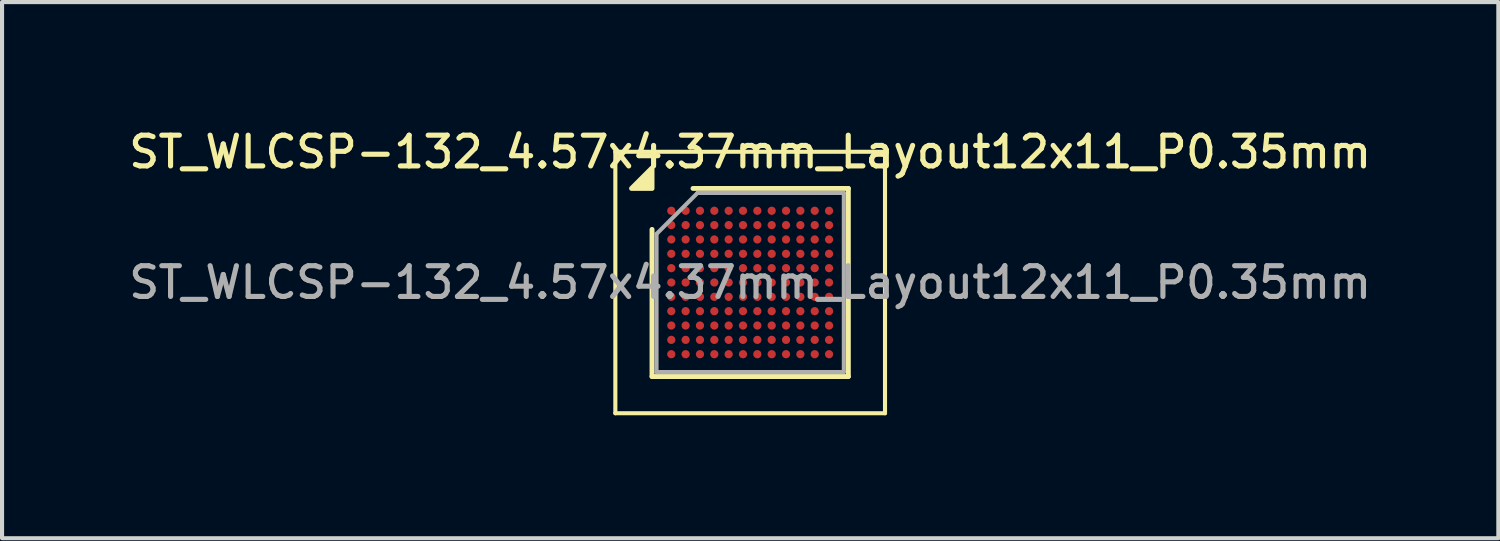
<source format=kicad_pcb>
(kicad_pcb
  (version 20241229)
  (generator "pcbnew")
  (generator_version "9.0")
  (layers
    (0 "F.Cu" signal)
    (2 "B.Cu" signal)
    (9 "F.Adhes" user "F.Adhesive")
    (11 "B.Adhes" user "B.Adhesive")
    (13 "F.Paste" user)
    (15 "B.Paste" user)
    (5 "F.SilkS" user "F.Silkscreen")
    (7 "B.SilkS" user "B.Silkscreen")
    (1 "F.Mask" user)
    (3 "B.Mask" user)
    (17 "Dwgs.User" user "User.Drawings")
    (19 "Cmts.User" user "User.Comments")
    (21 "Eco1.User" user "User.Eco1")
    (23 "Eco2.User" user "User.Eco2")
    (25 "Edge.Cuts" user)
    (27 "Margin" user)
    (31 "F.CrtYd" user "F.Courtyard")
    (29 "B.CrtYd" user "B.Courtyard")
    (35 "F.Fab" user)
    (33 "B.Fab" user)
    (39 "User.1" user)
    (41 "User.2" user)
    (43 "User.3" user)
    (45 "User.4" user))
  (footprint "ST_WLCSP-132_4.57x4.37mm_Layout12x11_P0.35mm"
    (layer "F.Cu")
    (at 15.255 3.843)
    (property "Reference" "ST_WLCSP-132_4.57x4.37mm_Layout12x11_P0.35mm" (at 0 -3.185 0) (layer "F.SilkS") (effects (font (size 0.75 0.75) (thickness 0.125))))
    (attr smd)
    (fp_line (start -3.29 -3.19) (end -3.29 3.19) (stroke (width 0.1) (type solid)) (layer "F.SilkS"))
    (fp_line (start -3.29 3.19) (end 3.29 3.19) (stroke (width 0.1) (type solid)) (layer "F.SilkS"))
    (fp_line (start -2.395 2.295) (end -2.395 -1.295) (stroke (width 0.12) (type solid)) (layer "F.SilkS"))
    (fp_line (start -1.395 -2.295) (end 2.395 -2.295) (stroke (width 0.12) (type solid)) (layer "F.SilkS"))
    (fp_line (start 2.395 -2.295) (end 2.395 2.295) (stroke (width 0.12) (type solid)) (layer "F.SilkS"))
    (fp_line (start 2.395 2.295) (end -2.395 2.295) (stroke (width 0.12) (type solid)) (layer "F.SilkS"))
    (fp_line (start 3.29 -3.19) (end -3.29 -3.19) (stroke (width 0.1) (type solid)) (layer "F.SilkS"))
    (fp_line (start 3.29 3.19) (end 3.29 -3.19) (stroke (width 0.1) (type solid)) (layer "F.SilkS"))
    (fp_poly (pts (xy -2.395 -2.295) (xy -2.895 -2.295) (xy -2.395 -2.795) (xy -2.395 -2.295)) (stroke (width 0.12) (type solid)) (fill yes) (layer "F.SilkS"))
    (fp_line (start -2.285 -1.185) (end -1.285 -2.185) (stroke (width 0.1) (type solid)) (layer "F.Fab"))
    (fp_line (start -2.285 2.185) (end -2.285 -1.185) (stroke (width 0.1) (type solid)) (layer "F.Fab"))
    (fp_line (start -1.285 -2.185) (end 2.285 -2.185) (stroke (width 0.1) (type solid)) (layer "F.Fab"))
    (fp_line (start 2.285 -2.185) (end 2.285 2.185) (stroke (width 0.1) (type solid)) (layer "F.Fab"))
    (fp_line (start 2.285 2.185) (end -2.285 2.185) (stroke (width 0.1) (type solid)) (layer "F.Fab"))
    (fp_text user "${REFERENCE}" (at 0 0 0) (layer "F.Fab") (effects (font (size 0.75 0.75) (thickness 0.125))))
    (pad "A1" smd circle (at -1.925 -1.75) (size 0.2 0.2) (property pad_prop_bga) (layers "F.Cu" "F.Mask" "F.Paste"))
    (pad "A2" smd circle (at -1.575 -1.75) (size 0.2 0.2) (property pad_prop_bga) (layers "F.Cu" "F.Mask" "F.Paste"))
    (pad "A3" smd circle (at -1.225 -1.75) (size 0.2 0.2) (property pad_prop_bga) (layers "F.Cu" "F.Mask" "F.Paste"))
    (pad "A4" smd circle (at -0.875 -1.75) (size 0.2 0.2) (property pad_prop_bga) (layers "F.Cu" "F.Mask" "F.Paste"))
    (pad "A5" smd circle (at -0.525 -1.75) (size 0.2 0.2) (property pad_prop_bga) (layers "F.Cu" "F.Mask" "F.Paste"))
    (pad "A6" smd circle (at -0.175 -1.75) (size 0.2 0.2) (property pad_prop_bga) (layers "F.Cu" "F.Mask" "F.Paste"))
    (pad "A7" smd circle (at 0.175 -1.75) (size 0.2 0.2) (property pad_prop_bga) (layers "F.Cu" "F.Mask" "F.Paste"))
    (pad "A8" smd circle (at 0.525 -1.75) (size 0.2 0.2) (property pad_prop_bga) (layers "F.Cu" "F.Mask" "F.Paste"))
    (pad "A9" smd circle (at 0.875 -1.75) (size 0.2 0.2) (property pad_prop_bga) (layers "F.Cu" "F.Mask" "F.Paste"))
    (pad "A10" smd circle (at 1.225 -1.75) (size 0.2 0.2) (property pad_prop_bga) (layers "F.Cu" "F.Mask" "F.Paste"))
    (pad "A11" smd circle (at 1.575 -1.75) (size 0.2 0.2) (property pad_prop_bga) (layers "F.Cu" "F.Mask" "F.Paste"))
    (pad "A12" smd circle (at 1.925 -1.75) (size 0.2 0.2) (property pad_prop_bga) (layers "F.Cu" "F.Mask" "F.Paste"))
    (pad "B1" smd circle (at -1.925 -1.4) (size 0.2 0.2) (property pad_prop_bga) (layers "F.Cu" "F.Mask" "F.Paste"))
    (pad "B2" smd circle (at -1.575 -1.4) (size 0.2 0.2) (property pad_prop_bga) (layers "F.Cu" "F.Mask" "F.Paste"))
    (pad "B3" smd circle (at -1.225 -1.4) (size 0.2 0.2) (property pad_prop_bga) (layers "F.Cu" "F.Mask" "F.Paste"))
    (pad "B4" smd circle (at -0.875 -1.4) (size 0.2 0.2) (property pad_prop_bga) (layers "F.Cu" "F.Mask" "F.Paste"))
    (pad "B5" smd circle (at -0.525 -1.4) (size 0.2 0.2) (property pad_prop_bga) (layers "F.Cu" "F.Mask" "F.Paste"))
    (pad "B6" smd circle (at -0.175 -1.4) (size 0.2 0.2) (property pad_prop_bga) (layers "F.Cu" "F.Mask" "F.Paste"))
    (pad "B7" smd circle (at 0.175 -1.4) (size 0.2 0.2) (property pad_prop_bga) (layers "F.Cu" "F.Mask" "F.Paste"))
    (pad "B8" smd circle (at 0.525 -1.4) (size 0.2 0.2) (property pad_prop_bga) (layers "F.Cu" "F.Mask" "F.Paste"))
    (pad "B9" smd circle (at 0.875 -1.4) (size 0.2 0.2) (property pad_prop_bga) (layers "F.Cu" "F.Mask" "F.Paste"))
    (pad "B10" smd circle (at 1.225 -1.4) (size 0.2 0.2) (property pad_prop_bga) (layers "F.Cu" "F.Mask" "F.Paste"))
    (pad "B11" smd circle (at 1.575 -1.4) (size 0.2 0.2) (property pad_prop_bga) (layers "F.Cu" "F.Mask" "F.Paste"))
    (pad "B12" smd circle (at 1.925 -1.4) (size 0.2 0.2) (property pad_prop_bga) (layers "F.Cu" "F.Mask" "F.Paste"))
    (pad "C1" smd circle (at -1.925 -1.05) (size 0.2 0.2) (property pad_prop_bga) (layers "F.Cu" "F.Mask" "F.Paste"))
    (pad "C2" smd circle (at -1.575 -1.05) (size 0.2 0.2) (property pad_prop_bga) (layers "F.Cu" "F.Mask" "F.Paste"))
    (pad "C3" smd circle (at -1.225 -1.05) (size 0.2 0.2) (property pad_prop_bga) (layers "F.Cu" "F.Mask" "F.Paste"))
    (pad "C4" smd circle (at -0.875 -1.05) (size 0.2 0.2) (property pad_prop_bga) (layers "F.Cu" "F.Mask" "F.Paste"))
    (pad "C5" smd circle (at -0.525 -1.05) (size 0.2 0.2) (property pad_prop_bga) (layers "F.Cu" "F.Mask" "F.Paste"))
    (pad "C6" smd circle (at -0.175 -1.05) (size 0.2 0.2) (property pad_prop_bga) (layers "F.Cu" "F.Mask" "F.Paste"))
    (pad "C7" smd circle (at 0.175 -1.05) (size 0.2 0.2) (property pad_prop_bga) (layers "F.Cu" "F.Mask" "F.Paste"))
    (pad "C8" smd circle (at 0.525 -1.05) (size 0.2 0.2) (property pad_prop_bga) (layers "F.Cu" "F.Mask" "F.Paste"))
    (pad "C9" smd circle (at 0.875 -1.05) (size 0.2 0.2) (property pad_prop_bga) (layers "F.Cu" "F.Mask" "F.Paste"))
    (pad "C10" smd circle (at 1.225 -1.05) (size 0.2 0.2) (property pad_prop_bga) (layers "F.Cu" "F.Mask" "F.Paste"))
    (pad "C11" smd circle (at 1.575 -1.05) (size 0.2 0.2) (property pad_prop_bga) (layers "F.Cu" "F.Mask" "F.Paste"))
    (pad "C12" smd circle (at 1.925 -1.05) (size 0.2 0.2) (property pad_prop_bga) (layers "F.Cu" "F.Mask" "F.Paste"))
    (pad "D1" smd circle (at -1.925 -0.7) (size 0.2 0.2) (property pad_prop_bga) (layers "F.Cu" "F.Mask" "F.Paste"))
    (pad "D2" smd circle (at -1.575 -0.7) (size 0.2 0.2) (property pad_prop_bga) (layers "F.Cu" "F.Mask" "F.Paste"))
    (pad "D3" smd circle (at -1.225 -0.7) (size 0.2 0.2) (property pad_prop_bga) (layers "F.Cu" "F.Mask" "F.Paste"))
    (pad "D4" smd circle (at -0.875 -0.7) (size 0.2 0.2) (property pad_prop_bga) (layers "F.Cu" "F.Mask" "F.Paste"))
    (pad "D5" smd circle (at -0.525 -0.7) (size 0.2 0.2) (property pad_prop_bga) (layers "F.Cu" "F.Mask" "F.Paste"))
    (pad "D6" smd circle (at -0.175 -0.7) (size 0.2 0.2) (property pad_prop_bga) (layers "F.Cu" "F.Mask" "F.Paste"))
    (pad "D7" smd circle (at 0.175 -0.7) (size 0.2 0.2) (property pad_prop_bga) (layers "F.Cu" "F.Mask" "F.Paste"))
    (pad "D8" smd circle (at 0.525 -0.7) (size 0.2 0.2) (property pad_prop_bga) (layers "F.Cu" "F.Mask" "F.Paste"))
    (pad "D9" smd circle (at 0.875 -0.7) (size 0.2 0.2) (property pad_prop_bga) (layers "F.Cu" "F.Mask" "F.Paste"))
    (pad "D10" smd circle (at 1.225 -0.7) (size 0.2 0.2) (property pad_prop_bga) (layers "F.Cu" "F.Mask" "F.Paste"))
    (pad "D11" smd circle (at 1.575 -0.7) (size 0.2 0.2) (property pad_prop_bga) (layers "F.Cu" "F.Mask" "F.Paste"))
    (pad "D12" smd circle (at 1.925 -0.7) (size 0.2 0.2) (property pad_prop_bga) (layers "F.Cu" "F.Mask" "F.Paste"))
    (pad "E1" smd circle (at -1.925 -0.35) (size 0.2 0.2) (property pad_prop_bga) (layers "F.Cu" "F.Mask" "F.Paste"))
    (pad "E2" smd circle (at -1.575 -0.35) (size 0.2 0.2) (property pad_prop_bga) (layers "F.Cu" "F.Mask" "F.Paste"))
    (pad "E3" smd circle (at -1.225 -0.35) (size 0.2 0.2) (property pad_prop_bga) (layers "F.Cu" "F.Mask" "F.Paste"))
    (pad "E4" smd circle (at -0.875 -0.35) (size 0.2 0.2) (property pad_prop_bga) (layers "F.Cu" "F.Mask" "F.Paste"))
    (pad "E5" smd circle (at -0.525 -0.35) (size 0.2 0.2) (property pad_prop_bga) (layers "F.Cu" "F.Mask" "F.Paste"))
    (pad "E6" smd circle (at -0.175 -0.35) (size 0.2 0.2) (property pad_prop_bga) (layers "F.Cu" "F.Mask" "F.Paste"))
    (pad "E7" smd circle (at 0.175 -0.35) (size 0.2 0.2) (property pad_prop_bga) (layers "F.Cu" "F.Mask" "F.Paste"))
    (pad "E8" smd circle (at 0.525 -0.35) (size 0.2 0.2) (property pad_prop_bga) (layers "F.Cu" "F.Mask" "F.Paste"))
    (pad "E9" smd circle (at 0.875 -0.35) (size 0.2 0.2) (property pad_prop_bga) (layers "F.Cu" "F.Mask" "F.Paste"))
    (pad "E10" smd circle (at 1.225 -0.35) (size 0.2 0.2) (property pad_prop_bga) (layers "F.Cu" "F.Mask" "F.Paste"))
    (pad "E11" smd circle (at 1.575 -0.35) (size 0.2 0.2) (property pad_prop_bga) (layers "F.Cu" "F.Mask" "F.Paste"))
    (pad "E12" smd circle (at 1.925 -0.35) (size 0.2 0.2) (property pad_prop_bga) (layers "F.Cu" "F.Mask" "F.Paste"))
    (pad "F1" smd circle (at -1.925 0) (size 0.2 0.2) (property pad_prop_bga) (layers "F.Cu" "F.Mask" "F.Paste"))
    (pad "F2" smd circle (at -1.575 0) (size 0.2 0.2) (property pad_prop_bga) (layers "F.Cu" "F.Mask" "F.Paste"))
    (pad "F3" smd circle (at -1.225 0) (size 0.2 0.2) (property pad_prop_bga) (layers "F.Cu" "F.Mask" "F.Paste"))
    (pad "F4" smd circle (at -0.875 0) (size 0.2 0.2) (property pad_prop_bga) (layers "F.Cu" "F.Mask" "F.Paste"))
    (pad "F5" smd circle (at -0.525 0) (size 0.2 0.2) (property pad_prop_bga) (layers "F.Cu" "F.Mask" "F.Paste"))
    (pad "F6" smd circle (at -0.175 0) (size 0.2 0.2) (property pad_prop_bga) (layers "F.Cu" "F.Mask" "F.Paste"))
    (pad "F7" smd circle (at 0.175 0) (size 0.2 0.2) (property pad_prop_bga) (layers "F.Cu" "F.Mask" "F.Paste"))
    (pad "F8" smd circle (at 0.525 0) (size 0.2 0.2) (property pad_prop_bga) (layers "F.Cu" "F.Mask" "F.Paste"))
    (pad "F9" smd circle (at 0.875 0) (size 0.2 0.2) (property pad_prop_bga) (layers "F.Cu" "F.Mask" "F.Paste"))
    (pad "F10" smd circle (at 1.225 0) (size 0.2 0.2) (property pad_prop_bga) (layers "F.Cu" "F.Mask" "F.Paste"))
    (pad "F11" smd circle (at 1.575 0) (size 0.2 0.2) (property pad_prop_bga) (layers "F.Cu" "F.Mask" "F.Paste"))
    (pad "F12" smd circle (at 1.925 0) (size 0.2 0.2) (property pad_prop_bga) (layers "F.Cu" "F.Mask" "F.Paste"))
    (pad "G1" smd circle (at -1.925 0.35) (size 0.2 0.2) (property pad_prop_bga) (layers "F.Cu" "F.Mask" "F.Paste"))
    (pad "G2" smd circle (at -1.575 0.35) (size 0.2 0.2) (property pad_prop_bga) (layers "F.Cu" "F.Mask" "F.Paste"))
    (pad "G3" smd circle (at -1.225 0.35) (size 0.2 0.2) (property pad_prop_bga) (layers "F.Cu" "F.Mask" "F.Paste"))
    (pad "G4" smd circle (at -0.875 0.35) (size 0.2 0.2) (property pad_prop_bga) (layers "F.Cu" "F.Mask" "F.Paste"))
    (pad "G5" smd circle (at -0.525 0.35) (size 0.2 0.2) (property pad_prop_bga) (layers "F.Cu" "F.Mask" "F.Paste"))
    (pad "G6" smd circle (at -0.175 0.35) (size 0.2 0.2) (property pad_prop_bga) (layers "F.Cu" "F.Mask" "F.Paste"))
    (pad "G7" smd circle (at 0.175 0.35) (size 0.2 0.2) (property pad_prop_bga) (layers "F.Cu" "F.Mask" "F.Paste"))
    (pad "G8" smd circle (at 0.525 0.35) (size 0.2 0.2) (property pad_prop_bga) (layers "F.Cu" "F.Mask" "F.Paste"))
    (pad "G9" smd circle (at 0.875 0.35) (size 0.2 0.2) (property pad_prop_bga) (layers "F.Cu" "F.Mask" "F.Paste"))
    (pad "G10" smd circle (at 1.225 0.35) (size 0.2 0.2) (property pad_prop_bga) (layers "F.Cu" "F.Mask" "F.Paste"))
    (pad "G11" smd circle (at 1.575 0.35) (size 0.2 0.2) (property pad_prop_bga) (layers "F.Cu" "F.Mask" "F.Paste"))
    (pad "G12" smd circle (at 1.925 0.35) (size 0.2 0.2) (property pad_prop_bga) (layers "F.Cu" "F.Mask" "F.Paste"))
    (pad "H1" smd circle (at -1.925 0.7) (size 0.2 0.2) (property pad_prop_bga) (layers "F.Cu" "F.Mask" "F.Paste"))
    (pad "H2" smd circle (at -1.575 0.7) (size 0.2 0.2) (property pad_prop_bga) (layers "F.Cu" "F.Mask" "F.Paste"))
    (pad "H3" smd circle (at -1.225 0.7) (size 0.2 0.2) (property pad_prop_bga) (layers "F.Cu" "F.Mask" "F.Paste"))
    (pad "H4" smd circle (at -0.875 0.7) (size 0.2 0.2) (property pad_prop_bga) (layers "F.Cu" "F.Mask" "F.Paste"))
    (pad "H5" smd circle (at -0.525 0.7) (size 0.2 0.2) (property pad_prop_bga) (layers "F.Cu" "F.Mask" "F.Paste"))
    (pad "H6" smd circle (at -0.175 0.7) (size 0.2 0.2) (property pad_prop_bga) (layers "F.Cu" "F.Mask" "F.Paste"))
    (pad "H7" smd circle (at 0.175 0.7) (size 0.2 0.2) (property pad_prop_bga) (layers "F.Cu" "F.Mask" "F.Paste"))
    (pad "H8" smd circle (at 0.525 0.7) (size 0.2 0.2) (property pad_prop_bga) (layers "F.Cu" "F.Mask" "F.Paste"))
    (pad "H9" smd circle (at 0.875 0.7) (size 0.2 0.2) (property pad_prop_bga) (layers "F.Cu" "F.Mask" "F.Paste"))
    (pad "H10" smd circle (at 1.225 0.7) (size 0.2 0.2) (property pad_prop_bga) (layers "F.Cu" "F.Mask" "F.Paste"))
    (pad "H11" smd circle (at 1.575 0.7) (size 0.2 0.2) (property pad_prop_bga) (layers "F.Cu" "F.Mask" "F.Paste"))
    (pad "H12" smd circle (at 1.925 0.7) (size 0.2 0.2) (property pad_prop_bga) (layers "F.Cu" "F.Mask" "F.Paste"))
    (pad "J1" smd circle (at -1.925 1.05) (size 0.2 0.2) (property pad_prop_bga) (layers "F.Cu" "F.Mask" "F.Paste"))
    (pad "J2" smd circle (at -1.575 1.05) (size 0.2 0.2) (property pad_prop_bga) (layers "F.Cu" "F.Mask" "F.Paste"))
    (pad "J3" smd circle (at -1.225 1.05) (size 0.2 0.2) (property pad_prop_bga) (layers "F.Cu" "F.Mask" "F.Paste"))
    (pad "J4" smd circle (at -0.875 1.05) (size 0.2 0.2) (property pad_prop_bga) (layers "F.Cu" "F.Mask" "F.Paste"))
    (pad "J5" smd circle (at -0.525 1.05) (size 0.2 0.2) (property pad_prop_bga) (layers "F.Cu" "F.Mask" "F.Paste"))
    (pad "J6" smd circle (at -0.175 1.05) (size 0.2 0.2) (property pad_prop_bga) (layers "F.Cu" "F.Mask" "F.Paste"))
    (pad "J7" smd circle (at 0.175 1.05) (size 0.2 0.2) (property pad_prop_bga) (layers "F.Cu" "F.Mask" "F.Paste"))
    (pad "J8" smd circle (at 0.525 1.05) (size 0.2 0.2) (property pad_prop_bga) (layers "F.Cu" "F.Mask" "F.Paste"))
    (pad "J9" smd circle (at 0.875 1.05) (size 0.2 0.2) (property pad_prop_bga) (layers "F.Cu" "F.Mask" "F.Paste"))
    (pad "J10" smd circle (at 1.225 1.05) (size 0.2 0.2) (property pad_prop_bga) (layers "F.Cu" "F.Mask" "F.Paste"))
    (pad "J11" smd circle (at 1.575 1.05) (size 0.2 0.2) (property pad_prop_bga) (layers "F.Cu" "F.Mask" "F.Paste"))
    (pad "J12" smd circle (at 1.925 1.05) (size 0.2 0.2) (property pad_prop_bga) (layers "F.Cu" "F.Mask" "F.Paste"))
    (pad "K1" smd circle (at -1.925 1.4) (size 0.2 0.2) (property pad_prop_bga) (layers "F.Cu" "F.Mask" "F.Paste"))
    (pad "K2" smd circle (at -1.575 1.4) (size 0.2 0.2) (property pad_prop_bga) (layers "F.Cu" "F.Mask" "F.Paste"))
    (pad "K3" smd circle (at -1.225 1.4) (size 0.2 0.2) (property pad_prop_bga) (layers "F.Cu" "F.Mask" "F.Paste"))
    (pad "K4" smd circle (at -0.875 1.4) (size 0.2 0.2) (property pad_prop_bga) (layers "F.Cu" "F.Mask" "F.Paste"))
    (pad "K5" smd circle (at -0.525 1.4) (size 0.2 0.2) (property pad_prop_bga) (layers "F.Cu" "F.Mask" "F.Paste"))
    (pad "K6" smd circle (at -0.175 1.4) (size 0.2 0.2) (property pad_prop_bga) (layers "F.Cu" "F.Mask" "F.Paste"))
    (pad "K7" smd circle (at 0.175 1.4) (size 0.2 0.2) (property pad_prop_bga) (layers "F.Cu" "F.Mask" "F.Paste"))
    (pad "K8" smd circle (at 0.525 1.4) (size 0.2 0.2) (property pad_prop_bga) (layers "F.Cu" "F.Mask" "F.Paste"))
    (pad "K9" smd circle (at 0.875 1.4) (size 0.2 0.2) (property pad_prop_bga) (layers "F.Cu" "F.Mask" "F.Paste"))
    (pad "K10" smd circle (at 1.225 1.4) (size 0.2 0.2) (property pad_prop_bga) (layers "F.Cu" "F.Mask" "F.Paste"))
    (pad "K11" smd circle (at 1.575 1.4) (size 0.2 0.2) (property pad_prop_bga) (layers "F.Cu" "F.Mask" "F.Paste"))
    (pad "K12" smd circle (at 1.925 1.4) (size 0.2 0.2) (property pad_prop_bga) (layers "F.Cu" "F.Mask" "F.Paste"))
    (pad "L1" smd circle (at -1.925 1.75) (size 0.2 0.2) (property pad_prop_bga) (layers "F.Cu" "F.Mask" "F.Paste"))
    (pad "L2" smd circle (at -1.575 1.75) (size 0.2 0.2) (property pad_prop_bga) (layers "F.Cu" "F.Mask" "F.Paste"))
    (pad "L3" smd circle (at -1.225 1.75) (size 0.2 0.2) (property pad_prop_bga) (layers "F.Cu" "F.Mask" "F.Paste"))
    (pad "L4" smd circle (at -0.875 1.75) (size 0.2 0.2) (property pad_prop_bga) (layers "F.Cu" "F.Mask" "F.Paste"))
    (pad "L5" smd circle (at -0.525 1.75) (size 0.2 0.2) (property pad_prop_bga) (layers "F.Cu" "F.Mask" "F.Paste"))
    (pad "L6" smd circle (at -0.175 1.75) (size 0.2 0.2) (property pad_prop_bga) (layers "F.Cu" "F.Mask" "F.Paste"))
    (pad "L7" smd circle (at 0.175 1.75) (size 0.2 0.2) (property pad_prop_bga) (layers "F.Cu" "F.Mask" "F.Paste"))
    (pad "L8" smd circle (at 0.525 1.75) (size 0.2 0.2) (property pad_prop_bga) (layers "F.Cu" "F.Mask" "F.Paste"))
    (pad "L9" smd circle (at 0.875 1.75) (size 0.2 0.2) (property pad_prop_bga) (layers "F.Cu" "F.Mask" "F.Paste"))
    (pad "L10" smd circle (at 1.225 1.75) (size 0.2 0.2) (property pad_prop_bga) (layers "F.Cu" "F.Mask" "F.Paste"))
    (pad "L11" smd circle (at 1.575 1.75) (size 0.2 0.2) (property pad_prop_bga) (layers "F.Cu" "F.Mask" "F.Paste"))
    (pad "L12" smd circle (at 1.925 1.75) (size 0.2 0.2) (property pad_prop_bga) (layers "F.Cu" "F.Mask" "F.Paste")))
  (gr_rect
    (start -3 -3)
    (end 33.511 10.083)
    (stroke (width 0.1) (type default))
    (fill no)
    (layer "Edge.Cuts")))
</source>
